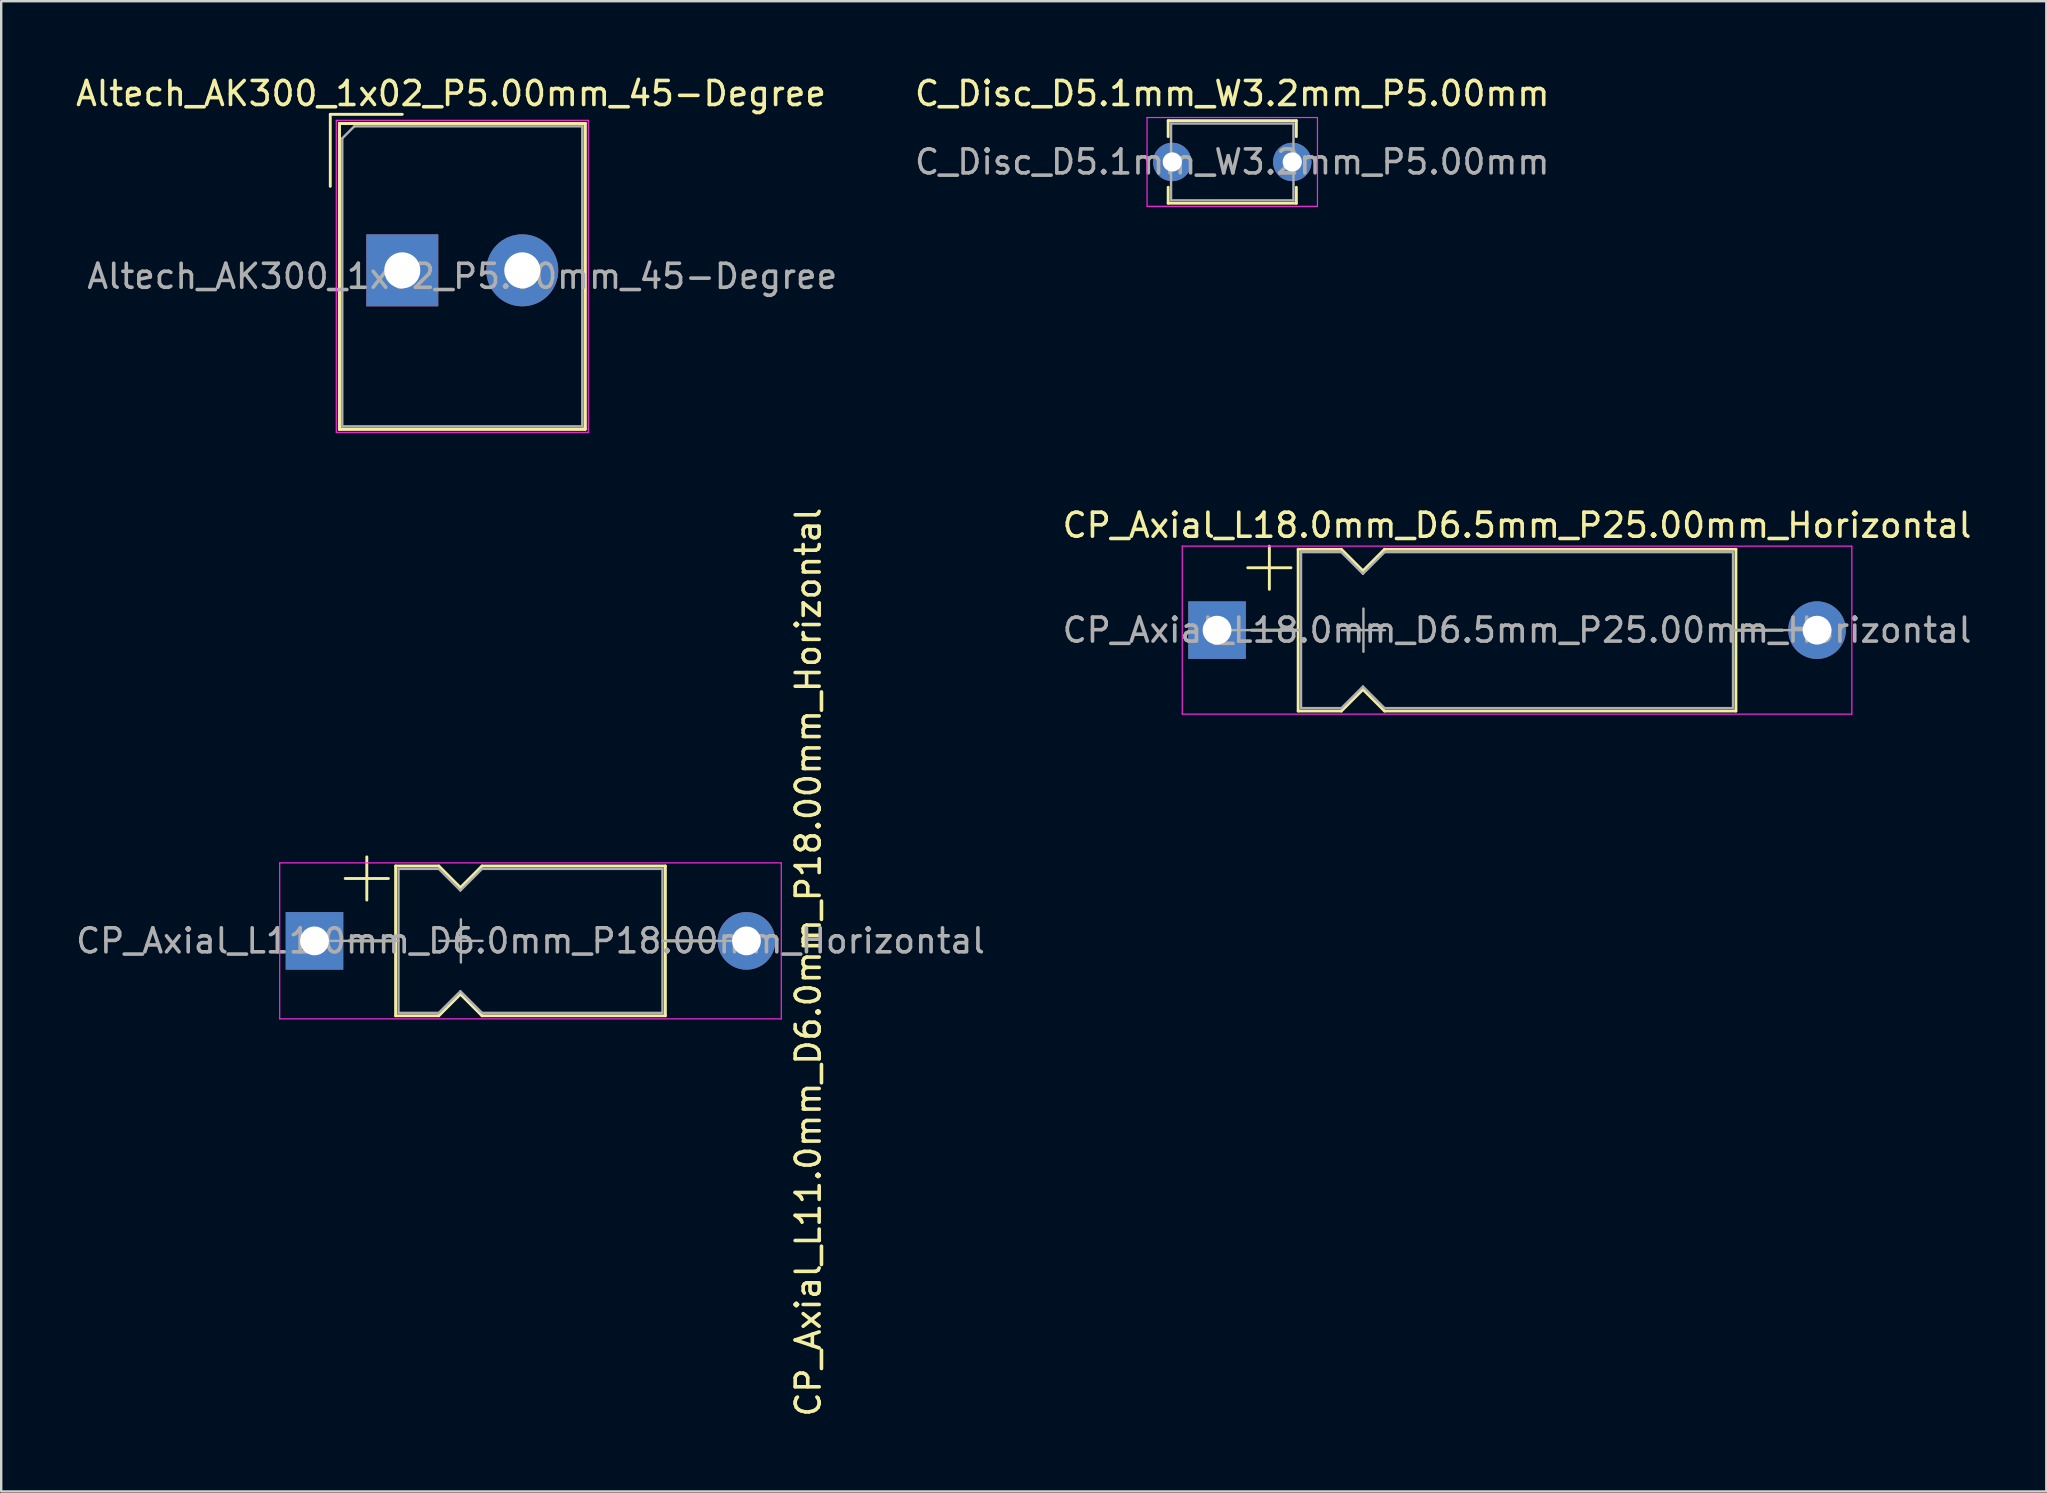
<source format=kicad_pcb>
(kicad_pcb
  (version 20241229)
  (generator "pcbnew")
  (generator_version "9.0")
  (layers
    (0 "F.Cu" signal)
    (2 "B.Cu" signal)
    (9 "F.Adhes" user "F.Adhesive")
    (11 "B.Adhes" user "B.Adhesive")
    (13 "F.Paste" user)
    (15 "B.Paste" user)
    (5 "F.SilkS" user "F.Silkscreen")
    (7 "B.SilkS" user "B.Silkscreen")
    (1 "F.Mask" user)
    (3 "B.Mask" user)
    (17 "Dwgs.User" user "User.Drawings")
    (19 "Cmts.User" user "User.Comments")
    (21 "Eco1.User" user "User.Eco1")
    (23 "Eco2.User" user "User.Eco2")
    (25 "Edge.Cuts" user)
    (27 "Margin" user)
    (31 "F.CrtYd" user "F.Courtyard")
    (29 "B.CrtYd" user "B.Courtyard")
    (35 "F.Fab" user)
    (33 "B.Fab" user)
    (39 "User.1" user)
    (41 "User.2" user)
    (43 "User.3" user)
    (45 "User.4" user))
  (footprint "CP_Axial_L11.0mm_D6.0mm_P18.00mm_Horizontal"
    (layer "F.Cu")
    (at 10.054 36.154)
    (property "Reference" "CP_Axial_L11.0mm_D6.0mm_P18.00mm_Horizontal" (at 20.574 0.889 90) (layer "F.SilkS") (effects (font (size 1 1) (thickness 0.15))))
    (attr through_hole)
    (fp_line (start 1.28 -2.6) (end 3.08 -2.6) (stroke (width 0.12) (type solid)) (layer "F.SilkS"))
    (fp_line (start 1.44 0) (end 3.38 0) (stroke (width 0.12) (type solid)) (layer "F.SilkS"))
    (fp_line (start 2.18 -3.5) (end 2.18 -1.7) (stroke (width 0.12) (type solid)) (layer "F.SilkS"))
    (fp_line (start 3.38 -3.12) (end 3.38 3.12) (stroke (width 0.12) (type solid)) (layer "F.SilkS"))
    (fp_line (start 3.38 -3.12) (end 5.18 -3.12) (stroke (width 0.12) (type solid)) (layer "F.SilkS"))
    (fp_line (start 3.38 3.12) (end 5.18 3.12) (stroke (width 0.12) (type solid)) (layer "F.SilkS"))
    (fp_line (start 5.18 -3.12) (end 6.08 -2.22) (stroke (width 0.12) (type solid)) (layer "F.SilkS"))
    (fp_line (start 5.18 3.12) (end 6.08 2.22) (stroke (width 0.12) (type solid)) (layer "F.SilkS"))
    (fp_line (start 6.08 -2.22) (end 6.98 -3.12) (stroke (width 0.12) (type solid)) (layer "F.SilkS"))
    (fp_line (start 6.08 2.22) (end 6.98 3.12) (stroke (width 0.12) (type solid)) (layer "F.SilkS"))
    (fp_line (start 6.98 -3.12) (end 14.62 -3.12) (stroke (width 0.12) (type solid)) (layer "F.SilkS"))
    (fp_line (start 6.98 3.12) (end 14.62 3.12) (stroke (width 0.12) (type solid)) (layer "F.SilkS"))
    (fp_line (start 14.62 -3.12) (end 14.62 3.12) (stroke (width 0.12) (type solid)) (layer "F.SilkS"))
    (fp_line (start 16.56 0) (end 14.62 0) (stroke (width 0.12) (type solid)) (layer "F.SilkS"))
    (fp_line (start -1.45 -3.25) (end -1.45 3.25) (stroke (width 0.05) (type solid)) (layer "F.CrtYd"))
    (fp_line (start -1.45 3.25) (end 19.45 3.25) (stroke (width 0.05) (type solid)) (layer "F.CrtYd"))
    (fp_line (start 19.45 -3.25) (end -1.45 -3.25) (stroke (width 0.05) (type solid)) (layer "F.CrtYd"))
    (fp_line (start 19.45 3.25) (end 19.45 -3.25) (stroke (width 0.05) (type solid)) (layer "F.CrtYd"))
    (fp_line (start 0 0) (end 3.5 0) (stroke (width 0.1) (type solid)) (layer "F.Fab"))
    (fp_line (start 3.5 -3) (end 3.5 3) (stroke (width 0.1) (type solid)) (layer "F.Fab"))
    (fp_line (start 3.5 -3) (end 5.18 -3) (stroke (width 0.1) (type solid)) (layer "F.Fab"))
    (fp_line (start 3.5 3) (end 5.18 3) (stroke (width 0.1) (type solid)) (layer "F.Fab"))
    (fp_line (start 5.18 -3) (end 6.08 -2.1) (stroke (width 0.1) (type solid)) (layer "F.Fab"))
    (fp_line (start 5.18 3) (end 6.08 2.1) (stroke (width 0.1) (type solid)) (layer "F.Fab"))
    (fp_line (start 5.2 0) (end 7 0) (stroke (width 0.1) (type solid)) (layer "F.Fab"))
    (fp_line (start 6.08 -2.1) (end 6.98 -3) (stroke (width 0.1) (type solid)) (layer "F.Fab"))
    (fp_line (start 6.08 2.1) (end 6.98 3) (stroke (width 0.1) (type solid)) (layer "F.Fab"))
    (fp_line (start 6.1 -0.9) (end 6.1 0.9) (stroke (width 0.1) (type solid)) (layer "F.Fab"))
    (fp_line (start 6.98 -3) (end 14.5 -3) (stroke (width 0.1) (type solid)) (layer "F.Fab"))
    (fp_line (start 6.98 3) (end 14.5 3) (stroke (width 0.1) (type solid)) (layer "F.Fab"))
    (fp_line (start 14.5 -3) (end 14.5 3) (stroke (width 0.1) (type solid)) (layer "F.Fab"))
    (fp_line (start 18 0) (end 14.5 0) (stroke (width 0.1) (type solid)) (layer "F.Fab"))
    (fp_text user "${REFERENCE}" (at 9 0 0) (layer "F.Fab") (effects (font (size 1 1) (thickness 0.15))))
    (pad "1" thru_hole rect (at 0 0) (size 2.4 2.4) (drill 1.2) (layers "*.Cu" "*.Mask"))
    (pad "2" thru_hole oval (at 18 0) (size 2.4 2.4) (drill 1.2) (layers "*.Cu" "*.Mask")))
  (footprint "C_Disc_D5.1mm_W3.2mm_P5.00mm"
    (layer "F.Cu")
    (at 45.795 3.698)
    (property "Reference" "C_Disc_D5.1mm_W3.2mm_P5.00mm" (at 2.5 -2.85 0) (layer "F.SilkS") (effects (font (size 1 1) (thickness 0.15))))
    (attr through_hole)
    (fp_line (start -0.17 -1.721) (end -0.17 -1.055) (stroke (width 0.12) (type solid)) (layer "F.SilkS"))
    (fp_line (start -0.17 -1.721) (end 5.17 -1.721) (stroke (width 0.12) (type solid)) (layer "F.SilkS"))
    (fp_line (start -0.17 1.055) (end -0.17 1.721) (stroke (width 0.12) (type solid)) (layer "F.SilkS"))
    (fp_line (start -0.17 1.721) (end 5.17 1.721) (stroke (width 0.12) (type solid)) (layer "F.SilkS"))
    (fp_line (start 5.17 -1.721) (end 5.17 -1.055) (stroke (width 0.12) (type solid)) (layer "F.SilkS"))
    (fp_line (start 5.17 1.055) (end 5.17 1.721) (stroke (width 0.12) (type solid)) (layer "F.SilkS"))
    (fp_line (start -1.05 -1.85) (end -1.05 1.85) (stroke (width 0.05) (type solid)) (layer "F.CrtYd"))
    (fp_line (start -1.05 1.85) (end 6.05 1.85) (stroke (width 0.05) (type solid)) (layer "F.CrtYd"))
    (fp_line (start 6.05 -1.85) (end -1.05 -1.85) (stroke (width 0.05) (type solid)) (layer "F.CrtYd"))
    (fp_line (start 6.05 1.85) (end 6.05 -1.85) (stroke (width 0.05) (type solid)) (layer "F.CrtYd"))
    (fp_line (start -0.05 -1.6) (end -0.05 1.6) (stroke (width 0.1) (type solid)) (layer "F.Fab"))
    (fp_line (start -0.05 1.6) (end 5.05 1.6) (stroke (width 0.1) (type solid)) (layer "F.Fab"))
    (fp_line (start 5.05 -1.6) (end -0.05 -1.6) (stroke (width 0.1) (type solid)) (layer "F.Fab"))
    (fp_line (start 5.05 1.6) (end 5.05 -1.6) (stroke (width 0.1) (type solid)) (layer "F.Fab"))
    (fp_text user "${REFERENCE}" (at 2.5 0 0) (layer "F.Fab") (effects (font (size 1 1) (thickness 0.15))))
    (pad "1" thru_hole circle (at 0 0) (size 1.6 1.6) (drill 0.8) (layers "*.Cu" "*.Mask"))
    (pad "2" thru_hole circle (at 5 0) (size 1.6 1.6) (drill 0.8) (layers "*.Cu" "*.Mask")))
  (footprint "CP_Axial_L18.0mm_D6.5mm_P25.00mm_Horizontal"
    (layer "F.Cu")
    (at 47.661 23.207)
    (property "Reference" "CP_Axial_L18.0mm_D6.5mm_P25.00mm_Horizontal" (at 12.5 -4.37 0) (layer "F.SilkS") (effects (font (size 1 1) (thickness 0.15))))
    (attr through_hole)
    (fp_line (start 1.28 -2.6) (end 3.08 -2.6) (stroke (width 0.12) (type solid)) (layer "F.SilkS"))
    (fp_line (start 1.44 0) (end 3.38 0) (stroke (width 0.12) (type solid)) (layer "F.SilkS"))
    (fp_line (start 2.18 -3.5) (end 2.18 -1.7) (stroke (width 0.12) (type solid)) (layer "F.SilkS"))
    (fp_line (start 3.38 -3.37) (end 3.38 3.37) (stroke (width 0.12) (type solid)) (layer "F.SilkS"))
    (fp_line (start 3.38 -3.37) (end 5.18 -3.37) (stroke (width 0.12) (type solid)) (layer "F.SilkS"))
    (fp_line (start 3.38 3.37) (end 5.18 3.37) (stroke (width 0.12) (type solid)) (layer "F.SilkS"))
    (fp_line (start 5.18 -3.37) (end 6.08 -2.47) (stroke (width 0.12) (type solid)) (layer "F.SilkS"))
    (fp_line (start 5.18 3.37) (end 6.08 2.47) (stroke (width 0.12) (type solid)) (layer "F.SilkS"))
    (fp_line (start 6.08 -2.47) (end 6.98 -3.37) (stroke (width 0.12) (type solid)) (layer "F.SilkS"))
    (fp_line (start 6.08 2.47) (end 6.98 3.37) (stroke (width 0.12) (type solid)) (layer "F.SilkS"))
    (fp_line (start 6.98 -3.37) (end 21.62 -3.37) (stroke (width 0.12) (type solid)) (layer "F.SilkS"))
    (fp_line (start 6.98 3.37) (end 21.62 3.37) (stroke (width 0.12) (type solid)) (layer "F.SilkS"))
    (fp_line (start 21.62 -3.37) (end 21.62 3.37) (stroke (width 0.12) (type solid)) (layer "F.SilkS"))
    (fp_line (start 23.56 0) (end 21.62 0) (stroke (width 0.12) (type solid)) (layer "F.SilkS"))
    (fp_line (start -1.45 -3.5) (end -1.45 3.5) (stroke (width 0.05) (type solid)) (layer "F.CrtYd"))
    (fp_line (start -1.45 3.5) (end 26.45 3.5) (stroke (width 0.05) (type solid)) (layer "F.CrtYd"))
    (fp_line (start 26.45 -3.5) (end -1.45 -3.5) (stroke (width 0.05) (type solid)) (layer "F.CrtYd"))
    (fp_line (start 26.45 3.5) (end 26.45 -3.5) (stroke (width 0.05) (type solid)) (layer "F.CrtYd"))
    (fp_line (start 0 0) (end 3.5 0) (stroke (width 0.1) (type solid)) (layer "F.Fab"))
    (fp_line (start 3.5 -3.25) (end 3.5 3.25) (stroke (width 0.1) (type solid)) (layer "F.Fab"))
    (fp_line (start 3.5 -3.25) (end 5.18 -3.25) (stroke (width 0.1) (type solid)) (layer "F.Fab"))
    (fp_line (start 3.5 3.25) (end 5.18 3.25) (stroke (width 0.1) (type solid)) (layer "F.Fab"))
    (fp_line (start 5.18 -3.25) (end 6.08 -2.35) (stroke (width 0.1) (type solid)) (layer "F.Fab"))
    (fp_line (start 5.18 3.25) (end 6.08 2.35) (stroke (width 0.1) (type solid)) (layer "F.Fab"))
    (fp_line (start 5.2 0) (end 7 0) (stroke (width 0.1) (type solid)) (layer "F.Fab"))
    (fp_line (start 6.08 -2.35) (end 6.98 -3.25) (stroke (width 0.1) (type solid)) (layer "F.Fab"))
    (fp_line (start 6.08 2.35) (end 6.98 3.25) (stroke (width 0.1) (type solid)) (layer "F.Fab"))
    (fp_line (start 6.1 -0.9) (end 6.1 0.9) (stroke (width 0.1) (type solid)) (layer "F.Fab"))
    (fp_line (start 6.98 -3.25) (end 21.5 -3.25) (stroke (width 0.1) (type solid)) (layer "F.Fab"))
    (fp_line (start 6.98 3.25) (end 21.5 3.25) (stroke (width 0.1) (type solid)) (layer "F.Fab"))
    (fp_line (start 21.5 -3.25) (end 21.5 3.25) (stroke (width 0.1) (type solid)) (layer "F.Fab"))
    (fp_line (start 25 0) (end 21.5 0) (stroke (width 0.1) (type solid)) (layer "F.Fab"))
    (fp_text user "${REFERENCE}" (at 12.5 0 0) (layer "F.Fab") (effects (font (size 1 1) (thickness 0.15))))
    (pad "1" thru_hole rect (at 0 0) (size 2.4 2.4) (drill 1.2) (layers "*.Cu" "*.Mask"))
    (pad "2" thru_hole oval (at 25 0) (size 2.4 2.4) (drill 1.2) (layers "*.Cu" "*.Mask")))
  (footprint "Altech_AK300_1x02_P5.00mm_45-Degree"
    (layer "F.Cu")
    (at 13.712 8.214)
    (property "Reference" "Altech_AK300_1x02_P5.00mm_45-Degree" (at 2.032 -7.366 180) (layer "F.SilkS") (effects (font (size 1 1) (thickness 0.15))))
    (attr through_hole)
    (fp_line (start -3 -6.5) (end 0 -6.5) (stroke (width 0.12) (type solid)) (layer "F.SilkS"))
    (fp_line (start -3 -3.5) (end -3 -6.5) (stroke (width 0.12) (type solid)) (layer "F.SilkS"))
    (fp_line (start -2.62 -6.12) (end -2.62 6.62) (stroke (width 0.12) (type solid)) (layer "F.SilkS"))
    (fp_line (start -2.62 -6.12) (end -2.62 6.62) (stroke (width 0.12) (type solid)) (layer "F.SilkS"))
    (fp_line (start -2.62 -6.12) (end 7.62 -6.12) (stroke (width 0.12) (type solid)) (layer "F.SilkS"))
    (fp_line (start -2.62 -6.12) (end 7.62 -6.12) (stroke (width 0.12) (type solid)) (layer "F.SilkS"))
    (fp_line (start -2.62 6.62) (end 7.62 6.62) (stroke (width 0.12) (type solid)) (layer "F.SilkS"))
    (fp_line (start -2.62 6.62) (end 7.62 6.62) (stroke (width 0.12) (type solid)) (layer "F.SilkS"))
    (fp_line (start 7.62 -6.12) (end 7.62 6.62) (stroke (width 0.12) (type solid)) (layer "F.SilkS"))
    (fp_line (start 7.62 -6.12) (end 7.62 6.62) (stroke (width 0.12) (type solid)) (layer "F.SilkS"))
    (fp_line (start -2.75 -6.25) (end -2.75 6.75) (stroke (width 0.05) (type solid)) (layer "F.CrtYd"))
    (fp_line (start -2.75 -6.25) (end 7.75 -6.25) (stroke (width 0.05) (type solid)) (layer "F.CrtYd"))
    (fp_line (start -2.75 6.75) (end 7.75 6.75) (stroke (width 0.05) (type solid)) (layer "F.CrtYd"))
    (fp_line (start 7.75 -6.25) (end 7.75 6.75) (stroke (width 0.05) (type solid)) (layer "F.CrtYd"))
    (fp_line (start -2.5 -5.5) (end -2 -6) (stroke (width 0.1) (type solid)) (layer "F.Fab"))
    (fp_line (start -2.5 6.5) (end -2.5 -5.5) (stroke (width 0.1) (type solid)) (layer "F.Fab"))
    (fp_line (start -2 -6) (end 7.5 -6) (stroke (width 0.1) (type solid)) (layer "F.Fab"))
    (fp_line (start 7.5 -6) (end 7.5 6.5) (stroke (width 0.1) (type solid)) (layer "F.Fab"))
    (fp_line (start 7.5 6.5) (end -2.5 6.5) (stroke (width 0.1) (type solid)) (layer "F.Fab"))
    (fp_text user "${REFERENCE}" (at 2.5 0.25 180) (layer "F.Fab") (effects (font (size 1 1) (thickness 0.15))))
    (pad "1" thru_hole rect (at 0 0) (size 3 3) (drill 1.5) (layers "*.Cu" "*.Mask"))
    (pad "2" thru_hole circle (at 5 0) (size 3 3) (drill 1.5) (layers "*.Cu" "*.Mask")))
  (gr_rect
    (start -3 -3)
    (end 82.214 59.096)
    (stroke (width 0.1) (type default))
    (fill no)
    (layer "Edge.Cuts")))
</source>
